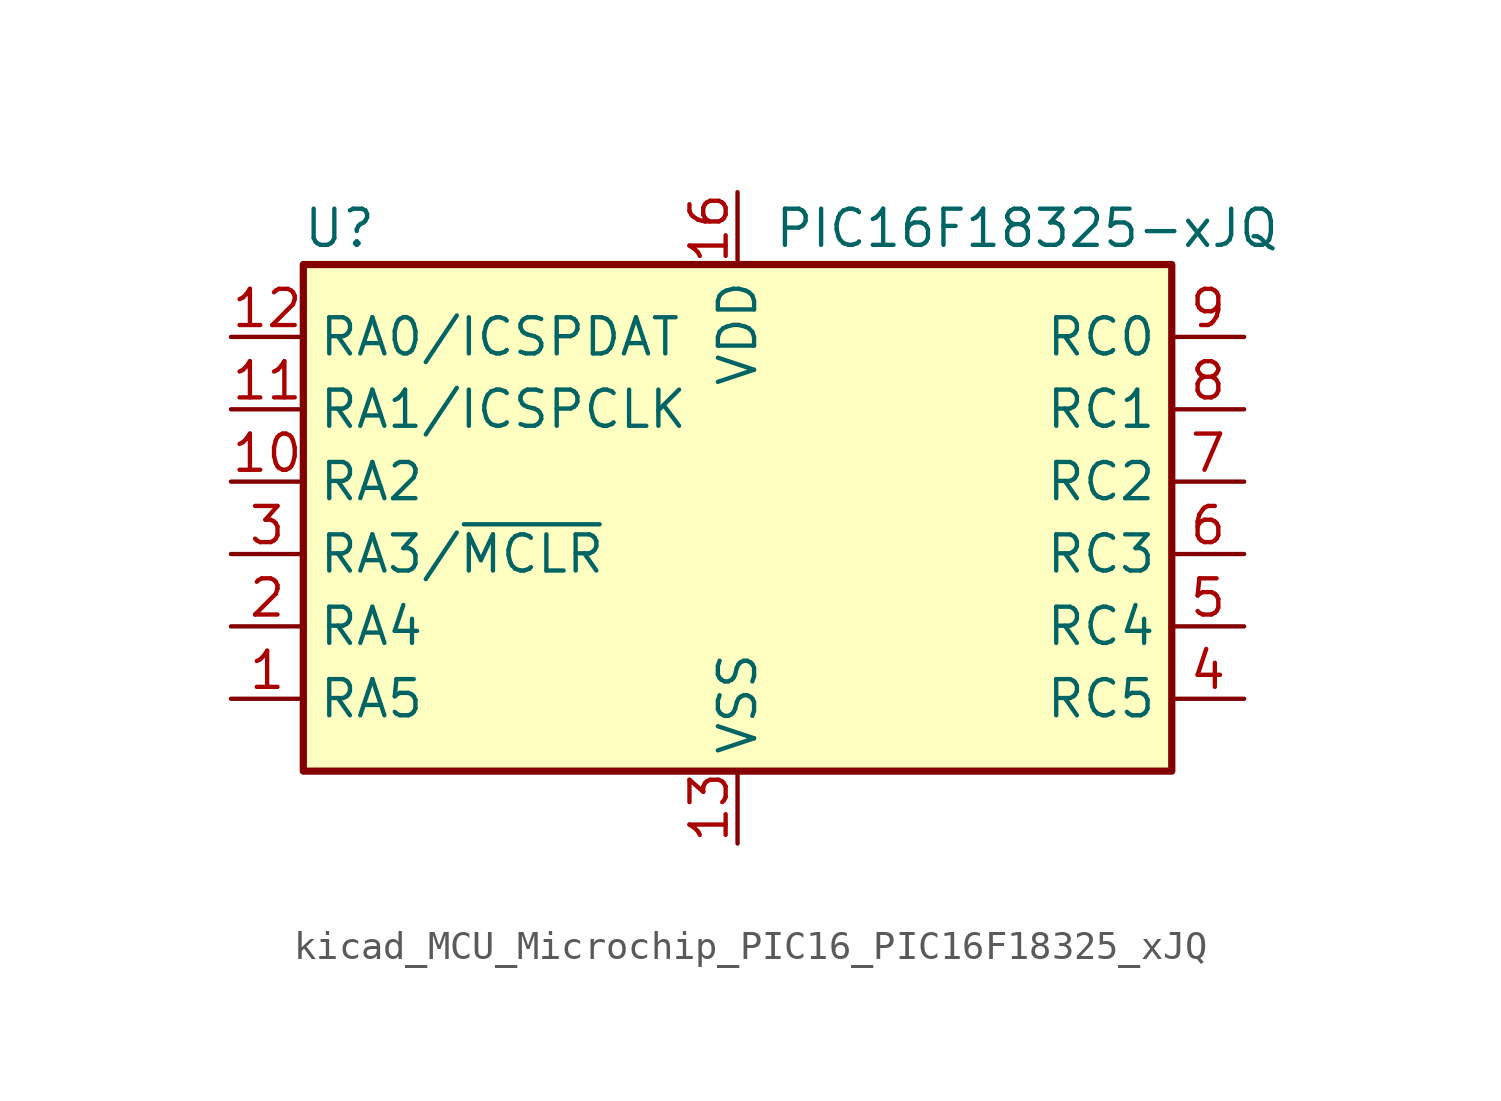
<source format=kicad_sym>
(kicad_symbol_lib
  (version 20220914)
  (generator kicad_symbol_editor)
  (symbol "kicad_MCU_Microchip_PIC16_PIC16F18325_xJQ"
    (property "Reference" "U"
      (at -13.97 11.43 0)
      (effects (font (size 1.27 1.27))))
    (property "Value" "PIC16F18325-xJQ"
      (at 10.16 11.43 0)
      (effects (font (size 1.27 1.27))))
    (symbol "kicad_MCU_Microchip_PIC16_PIC16F18325_xJQ_0_1"
      (rectangle (start -15.24 10.16) (end 15.24 -7.62) (stroke (width 0.254) (type default)) (fill (type background))))
    (symbol "kicad_MCU_Microchip_PIC16_PIC16F18325_xJQ_1_1"
      (pin bidirectional line (at -17.78 -5.08 0) (length 2.54) (name "RA5" (effects (font (size 1.27 1.27)))) (number "1" (effects (font (size 1.27 1.27)))))
      (pin bidirectional line (at -17.78 2.54 0) (length 2.54) (name "RA2" (effects (font (size 1.27 1.27)))) (number "10" (effects (font (size 1.27 1.27)))))
      (pin bidirectional line (at -17.78 5.08 0) (length 2.54) (name "RA1/ICSPCLK" (effects (font (size 1.27 1.27)))) (number "11" (effects (font (size 1.27 1.27)))))
      (pin bidirectional line (at -17.78 7.62 0) (length 2.54) (name "RA0/ICSPDAT" (effects (font (size 1.27 1.27)))) (number "12" (effects (font (size 1.27 1.27)))))
      (pin power_in line (at 0 -10.16 90) (length 2.54) (name "VSS" (effects (font (size 1.27 1.27)))) (number "13" (effects (font (size 1.27 1.27)))))
      (pin no_connect line (at 5.08 -7.62 90) (length 2.54) hide (name "NC" (effects (font (size 1.27 1.27)))) (number "14" (effects (font (size 1.27 1.27)))))
      (pin no_connect line (at 7.62 -7.62 90) (length 2.54) hide (name "NC" (effects (font (size 1.27 1.27)))) (number "15" (effects (font (size 1.27 1.27)))))
      (pin power_in line (at 0 12.7 270) (length 2.54) (name "VDD" (effects (font (size 1.27 1.27)))) (number "16" (effects (font (size 1.27 1.27)))))
      (pin bidirectional line (at -17.78 -2.54 0) (length 2.54) (name "RA4" (effects (font (size 1.27 1.27)))) (number "2" (effects (font (size 1.27 1.27)))))
      (pin bidirectional line (at -17.78 0 0) (length 2.54) (name "RA3/~{MCLR}" (effects (font (size 1.27 1.27)))) (number "3" (effects (font (size 1.27 1.27)))))
      (pin bidirectional line (at 17.78 -5.08 180) (length 2.54) (name "RC5" (effects (font (size 1.27 1.27)))) (number "4" (effects (font (size 1.27 1.27)))))
      (pin bidirectional line (at 17.78 -2.54 180) (length 2.54) (name "RC4" (effects (font (size 1.27 1.27)))) (number "5" (effects (font (size 1.27 1.27)))))
      (pin bidirectional line (at 17.78 0 180) (length 2.54) (name "RC3" (effects (font (size 1.27 1.27)))) (number "6" (effects (font (size 1.27 1.27)))))
      (pin bidirectional line (at 17.78 2.54 180) (length 2.54) (name "RC2" (effects (font (size 1.27 1.27)))) (number "7" (effects (font (size 1.27 1.27)))))
      (pin bidirectional line (at 17.78 5.08 180) (length 2.54) (name "RC1" (effects (font (size 1.27 1.27)))) (number "8" (effects (font (size 1.27 1.27)))))
      (pin bidirectional line (at 17.78 7.62 180) (length 2.54) (name "RC0" (effects (font (size 1.27 1.27)))) (number "9" (effects (font (size 1.27 1.27))))))))
</source>
